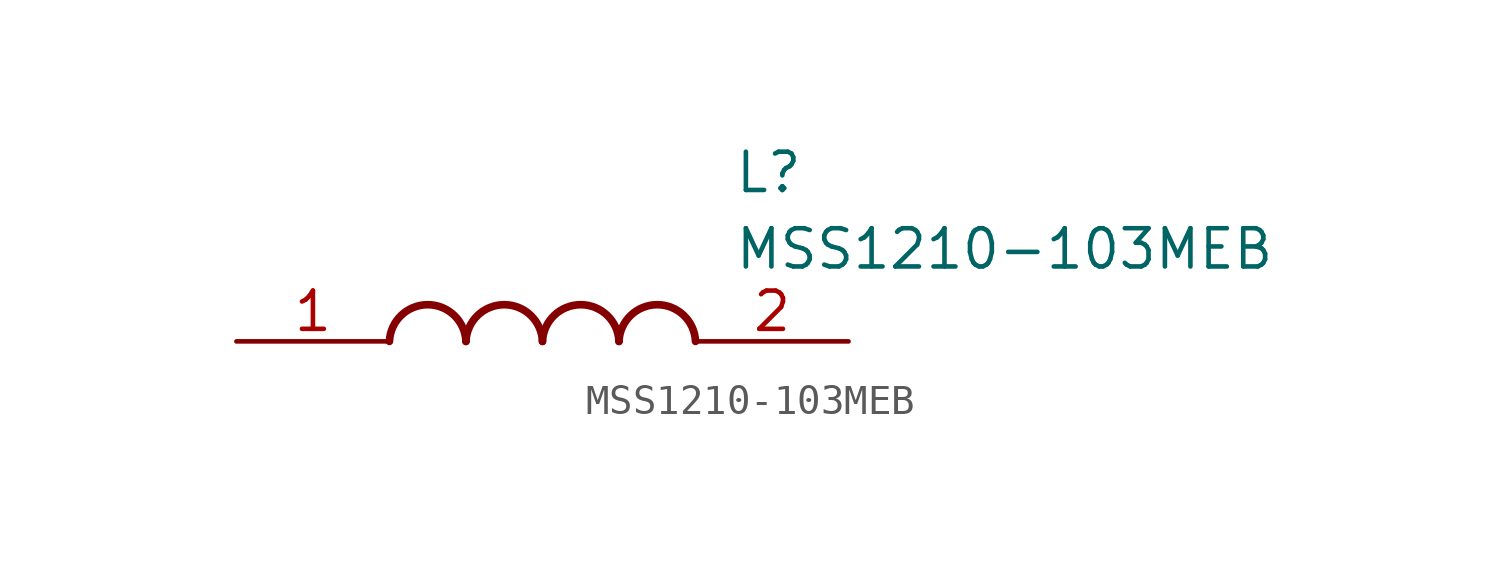
<source format=kicad_sym>
(kicad_symbol_lib
  (version 20211014)
  (generator SamacSys_ECAD_Model)
  (symbol "MSS1210-103MEB"
    (pin_names hide)
    (property "Reference" "L"
      (at 16.51 6.35 0)
      (effects (font (size 1.27 1.27)) (justify left top)))
    (property "Value" "MSS1210-103MEB"
      (at 16.51 3.81 0)
      (effects (font (size 1.27 1.27)) (justify left top)))
    (arc
      (start 7.62 0)
      (mid 6.35 1.219)
      (end 5.08 0)
      (stroke (width 0.254) (type default))
      (fill (type none)))
    (arc
      (start 10.16 0)
      (mid 8.89 1.219)
      (end 7.62 0)
      (stroke (width 0.254) (type default))
      (fill (type none)))
    (arc
      (start 12.7 0)
      (mid 11.43 1.219)
      (end 10.16 0)
      (stroke (width 0.254) (type default))
      (fill (type none)))
    (arc
      (start 15.24 0)
      (mid 13.97 1.219)
      (end 12.7 0)
      (stroke (width 0.254) (type default))
      (fill (type none)))
    (pin passive line
      (at 0 0 0)
      (length 5.08)
      (name "1" (effects (font (size 1.27 1.27))))
      (number "1" (effects (font (size 1.27 1.27)))))
    (pin passive line
      (at 20.32 0 180)
      (length 5.08)
      (name "2" (effects (font (size 1.27 1.27))))
      (number "2" (effects (font (size 1.27 1.27)))))))
</source>
